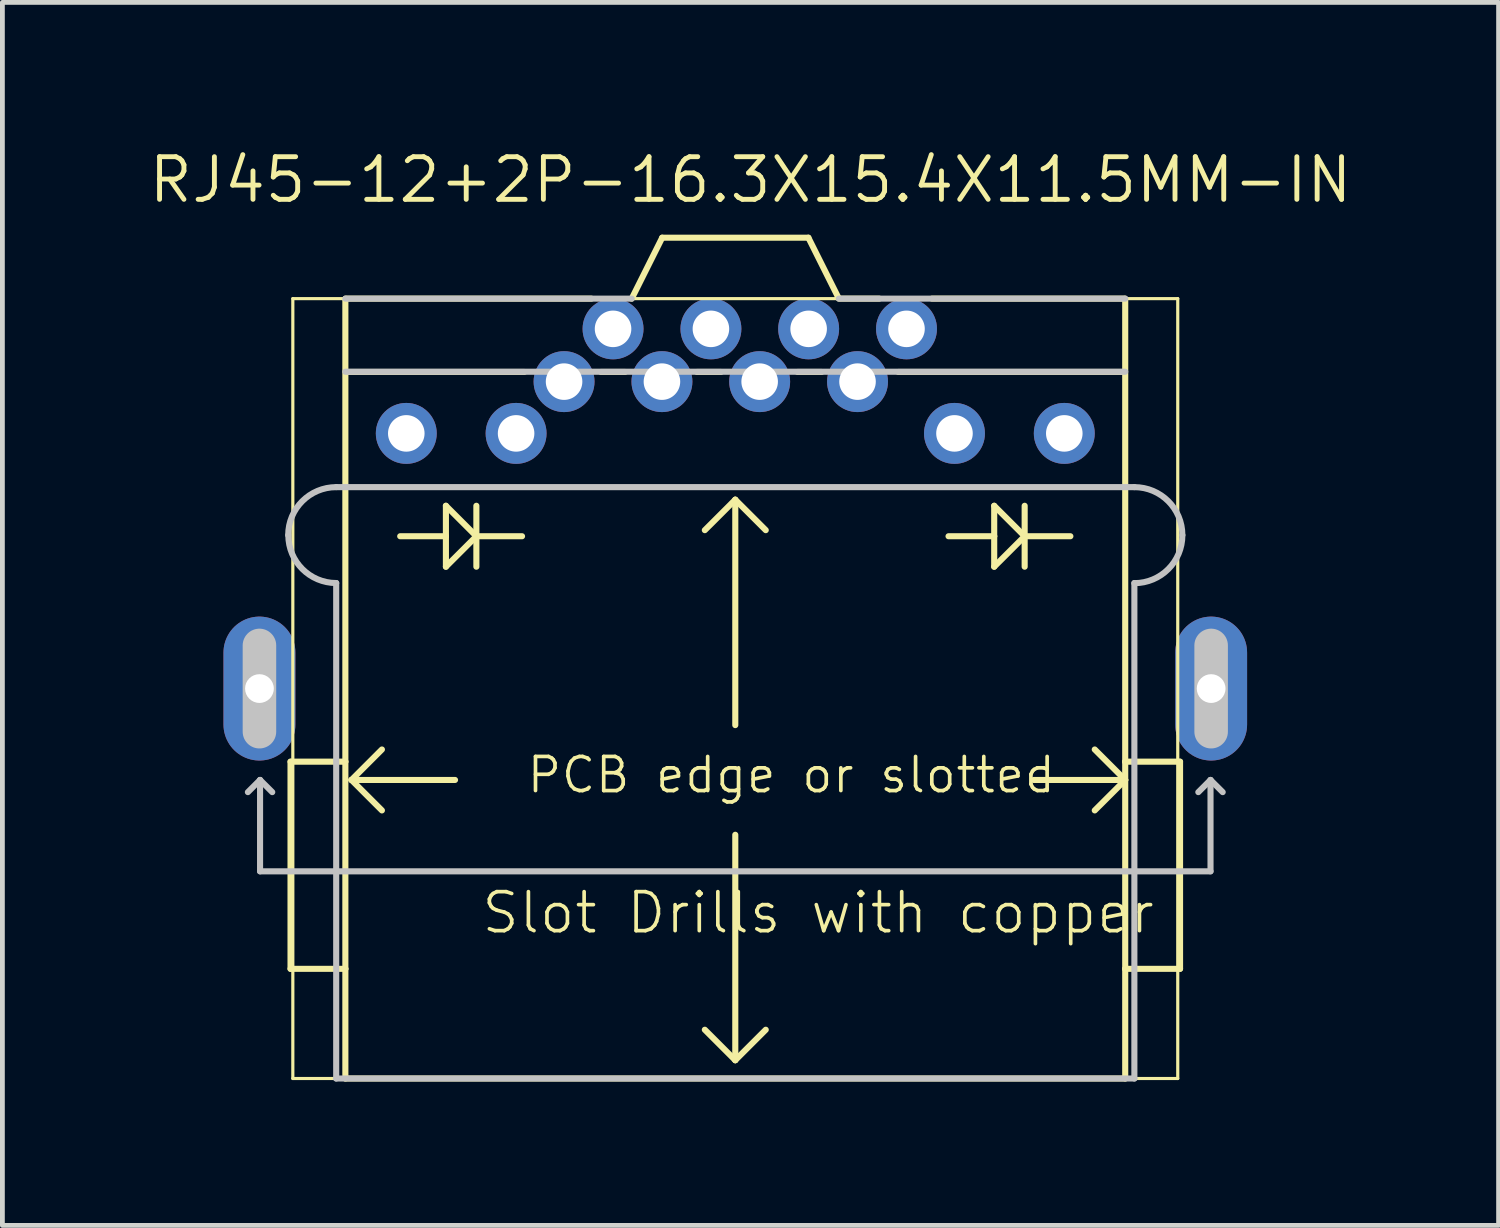
<source format=kicad_pcb>
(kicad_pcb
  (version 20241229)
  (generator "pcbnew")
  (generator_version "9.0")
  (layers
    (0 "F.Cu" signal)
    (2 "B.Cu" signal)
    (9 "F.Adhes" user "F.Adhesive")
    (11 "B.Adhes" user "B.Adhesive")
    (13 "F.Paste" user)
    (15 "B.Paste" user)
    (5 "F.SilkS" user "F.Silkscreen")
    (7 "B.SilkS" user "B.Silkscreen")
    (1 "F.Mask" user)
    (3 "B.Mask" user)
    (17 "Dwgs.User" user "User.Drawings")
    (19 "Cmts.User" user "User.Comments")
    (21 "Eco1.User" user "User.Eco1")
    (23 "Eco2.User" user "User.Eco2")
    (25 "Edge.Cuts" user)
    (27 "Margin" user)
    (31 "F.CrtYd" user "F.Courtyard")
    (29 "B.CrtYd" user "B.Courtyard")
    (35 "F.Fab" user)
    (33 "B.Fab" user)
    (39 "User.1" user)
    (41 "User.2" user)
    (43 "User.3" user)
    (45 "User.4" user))
  (footprint "RJ45-12+2P-16.3X15.4X11.5MM-IN"
    (layer "F.Cu")
    (at 12.277 11.303)
    (property "Reference" "RJ45-12+2P-16.3X15.4X11.5MM-IN" (at 0.318 -10.604 0) (layer "F.SilkS") (effects (font (size 0.889 0.889) (thickness 0.102))))
    (attr exclude_from_pos_files exclude_from_bom)
    (fp_line (start -9.319 -3.2) (end -9.319 -3.198) (stroke (width 0.025) (type solid)) (layer "F.SilkS"))
    (fp_line (start -9.271 1.524) (end -9.271 5.842) (stroke (width 0.127) (type solid)) (layer "F.SilkS"))
    (fp_line (start -9.271 5.842) (end -8.128 5.842) (stroke (width 0.127) (type solid)) (layer "F.SilkS"))
    (fp_line (start -9.223 -8.128) (end 9.223 -8.128) (stroke (width 0.066) (type solid)) (layer "F.SilkS"))
    (fp_line (start -9.223 8.128) (end -9.223 -8.128) (stroke (width 0.066) (type solid)) (layer "F.SilkS"))
    (fp_line (start -9.223 8.128) (end 9.223 8.128) (stroke (width 0.066) (type solid)) (layer "F.SilkS"))
    (fp_line (start -8.329 -2.2) (end -8.329 8.128) (stroke (width 0.025) (type solid)) (layer "F.SilkS"))
    (fp_line (start -8.324 8.128) (end 8.324 8.128) (stroke (width 0.025) (type solid)) (layer "F.SilkS"))
    (fp_line (start -8.128 1.524) (end -9.271 1.524) (stroke (width 0.127) (type solid)) (layer "F.SilkS"))
    (fp_line (start -8.128 1.524) (end -8.128 -8.128) (stroke (width 0.127) (type solid)) (layer "F.SilkS"))
    (fp_line (start -8.128 5.842) (end -8.128 1.524) (stroke (width 0.127) (type solid)) (layer "F.SilkS"))
    (fp_line (start -8.128 8.128) (end -8.128 5.842) (stroke (width 0.127) (type solid)) (layer "F.SilkS"))
    (fp_line (start -8.098 -6.599) (end -4.399 -6.599) (stroke (width 0.127) (type solid)) (layer "F.SilkS"))
    (fp_line (start -8.001 1.905) (end -7.366 1.27) (stroke (width 0.127) (type solid)) (layer "F.SilkS"))
    (fp_line (start -8.001 1.905) (end -7.366 2.54) (stroke (width 0.127) (type solid)) (layer "F.SilkS"))
    (fp_line (start -6.032 -3.81) (end -6.032 -3.175) (stroke (width 0.127) (type solid)) (layer "F.SilkS"))
    (fp_line (start -6.032 -3.81) (end -5.397 -3.175) (stroke (width 0.127) (type solid)) (layer "F.SilkS"))
    (fp_line (start -6.032 -3.175) (end -6.985 -3.175) (stroke (width 0.127) (type solid)) (layer "F.SilkS"))
    (fp_line (start -6.032 -3.175) (end -6.032 -2.54) (stroke (width 0.127) (type solid)) (layer "F.SilkS"))
    (fp_line (start -6.032 -2.54) (end -5.397 -3.175) (stroke (width 0.127) (type solid)) (layer "F.SilkS"))
    (fp_line (start -5.842 1.905) (end -8.001 1.905) (stroke (width 0.127) (type solid)) (layer "F.SilkS"))
    (fp_line (start -5.397 -3.81) (end -5.397 -3.175) (stroke (width 0.127) (type solid)) (layer "F.SilkS"))
    (fp_line (start -5.397 -3.175) (end -5.397 -2.54) (stroke (width 0.127) (type solid)) (layer "F.SilkS"))
    (fp_line (start -5.397 -3.175) (end -4.445 -3.175) (stroke (width 0.127) (type solid)) (layer "F.SilkS"))
    (fp_line (start -3 -8.128) (end -8.098 -8.128) (stroke (width 0.127) (type solid)) (layer "F.SilkS"))
    (fp_line (start -2.799 -6.599) (end -2.299 -6.599) (stroke (width 0.127) (type solid)) (layer "F.SilkS"))
    (fp_line (start -2.159 -8.128) (end -1.524 -9.398) (stroke (width 0.127) (type solid)) (layer "F.SilkS"))
    (fp_line (start -1.524 -9.398) (end 1.524 -9.398) (stroke (width 0.127) (type solid)) (layer "F.SilkS"))
    (fp_line (start -0.798 -6.599) (end -0.3 -6.599) (stroke (width 0.127) (type solid)) (layer "F.SilkS"))
    (fp_line (start 0 -3.937) (end -0.635 -3.302) (stroke (width 0.127) (type solid)) (layer "F.SilkS"))
    (fp_line (start 0 -3.937) (end 0.635 -3.302) (stroke (width 0.127) (type solid)) (layer "F.SilkS"))
    (fp_line (start 0 0.762) (end 0 -3.937) (stroke (width 0.127) (type solid)) (layer "F.SilkS"))
    (fp_line (start 0 3.048) (end 0 7.747) (stroke (width 0.127) (type solid)) (layer "F.SilkS"))
    (fp_line (start 0 7.747) (end -0.635 7.112) (stroke (width 0.127) (type solid)) (layer "F.SilkS"))
    (fp_line (start 0 7.747) (end 0.635 7.112) (stroke (width 0.127) (type solid)) (layer "F.SilkS"))
    (fp_line (start 1.298 -6.599) (end 1.798 -6.599) (stroke (width 0.127) (type solid)) (layer "F.SilkS"))
    (fp_line (start 1.524 -9.398) (end 2.159 -8.128) (stroke (width 0.127) (type solid)) (layer "F.SilkS"))
    (fp_line (start 2.2 -8.128) (end 3 -8.128) (stroke (width 0.127) (type solid)) (layer "F.SilkS"))
    (fp_line (start 3.399 -6.599) (end 8.098 -6.599) (stroke (width 0.127) (type solid)) (layer "F.SilkS"))
    (fp_line (start 4.1 -8.128) (end 8.098 -8.128) (stroke (width 0.127) (type solid)) (layer "F.SilkS"))
    (fp_line (start 5.397 -3.81) (end 5.397 -3.175) (stroke (width 0.127) (type solid)) (layer "F.SilkS"))
    (fp_line (start 5.397 -3.81) (end 6.032 -3.175) (stroke (width 0.127) (type solid)) (layer "F.SilkS"))
    (fp_line (start 5.397 -3.175) (end 4.445 -3.175) (stroke (width 0.127) (type solid)) (layer "F.SilkS"))
    (fp_line (start 5.397 -3.175) (end 5.397 -2.54) (stroke (width 0.127) (type solid)) (layer "F.SilkS"))
    (fp_line (start 5.397 -2.54) (end 6.032 -3.175) (stroke (width 0.127) (type solid)) (layer "F.SilkS"))
    (fp_line (start 6.032 -3.81) (end 6.032 -3.175) (stroke (width 0.127) (type solid)) (layer "F.SilkS"))
    (fp_line (start 6.032 -3.175) (end 6.032 -2.54) (stroke (width 0.127) (type solid)) (layer "F.SilkS"))
    (fp_line (start 6.032 -3.175) (end 6.985 -3.175) (stroke (width 0.127) (type solid)) (layer "F.SilkS"))
    (fp_line (start 6.223 1.905) (end 8.128 1.905) (stroke (width 0.127) (type solid)) (layer "F.SilkS"))
    (fp_line (start 8.128 -8.128) (end 8.128 1.524) (stroke (width 0.127) (type solid)) (layer "F.SilkS"))
    (fp_line (start 8.128 1.524) (end 8.128 5.842) (stroke (width 0.127) (type solid)) (layer "F.SilkS"))
    (fp_line (start 8.128 1.524) (end 9.271 1.524) (stroke (width 0.127) (type solid)) (layer "F.SilkS"))
    (fp_line (start 8.128 1.905) (end 7.493 1.27) (stroke (width 0.127) (type solid)) (layer "F.SilkS"))
    (fp_line (start 8.128 1.905) (end 7.493 2.54) (stroke (width 0.127) (type solid)) (layer "F.SilkS"))
    (fp_line (start 8.128 5.842) (end 8.128 8.128) (stroke (width 0.127) (type solid)) (layer "F.SilkS"))
    (fp_line (start 8.128 8.128) (end -8.128 8.128) (stroke (width 0.127) (type solid)) (layer "F.SilkS"))
    (fp_line (start 8.319 -4.199) (end -8.321 -4.199) (stroke (width 0.025) (type solid)) (layer "F.SilkS"))
    (fp_line (start 8.329 8.128) (end 8.329 -2.174) (stroke (width 0.025) (type solid)) (layer "F.SilkS"))
    (fp_line (start 9.223 8.128) (end 9.223 -8.128) (stroke (width 0.066) (type solid)) (layer "F.SilkS"))
    (fp_line (start 9.271 1.524) (end 9.271 5.842) (stroke (width 0.127) (type solid)) (layer "F.SilkS"))
    (fp_line (start 9.271 5.842) (end 8.128 5.842) (stroke (width 0.127) (type solid)) (layer "F.SilkS"))
    (fp_line (start 9.319 -3.198) (end 9.319 -3.2) (stroke (width 0.025) (type solid)) (layer "F.SilkS"))
    (fp_arc (start -9.31926 -3.2004) (mid -9.026888 -3.906248) (end -8.32104 -4.19862) (stroke (width 0.0254) (type solid)) (layer "F.SilkS"))
    (fp_arc (start -8.32866 -2.19964) (mid -9.029428 -2.494116) (end -9.31672 -3.19786) (stroke (width 0.0254) (type solid)) (layer "F.SilkS"))
    (fp_arc (start 8.3185 -4.19862) (mid 9.024348 -3.906248) (end 9.31672 -3.2004) (stroke (width 0.0254) (type solid)) (layer "F.SilkS"))
    (fp_arc (start 9.31926 -3.19786) (mid 9.034689 -2.480364) (end 8.32612 -2.17424) (stroke (width 0.0254) (type solid)) (layer "F.SilkS"))
    (fp_line (start -10.16 2.159) (end -9.906 1.905) (stroke (width 0.127) (type solid)) (layer "Dwgs.User"))
    (fp_line (start -9.919 -0.899) (end -9.919 0.899) (stroke (width 0.699) (type solid)) (layer "Dwgs.User"))
    (fp_line (start -9.906 1.905) (end -9.906 3.81) (stroke (width 0.127) (type solid)) (layer "Dwgs.User"))
    (fp_line (start -9.906 1.905) (end -9.652 2.159) (stroke (width 0.127) (type solid)) (layer "Dwgs.User"))
    (fp_line (start -9.906 3.81) (end 9.906 3.81) (stroke (width 0.127) (type solid)) (layer "Dwgs.User"))
    (fp_line (start -8.319 -4.199) (end 8.319 -4.199) (stroke (width 0.127) (type solid)) (layer "Dwgs.User"))
    (fp_line (start -8.319 8.128) (end -8.319 -2.2) (stroke (width 0.127) (type solid)) (layer "Dwgs.User"))
    (fp_line (start -8.128 -8.128) (end -2.159 -8.128) (stroke (width 0.127) (type solid)) (layer "Dwgs.User"))
    (fp_line (start -8.128 -6.604) (end 8.128 -6.604) (stroke (width 0.127) (type solid)) (layer "Dwgs.User"))
    (fp_line (start 2.159 -8.128) (end 8.128 -8.128) (stroke (width 0.127) (type solid)) (layer "Dwgs.User"))
    (fp_line (start 8.319 -2.2) (end 8.319 8.128) (stroke (width 0.127) (type solid)) (layer "Dwgs.User"))
    (fp_line (start 8.319 8.128) (end -8.319 8.128) (stroke (width 0.127) (type solid)) (layer "Dwgs.User"))
    (fp_line (start 9.652 2.159) (end 9.906 1.905) (stroke (width 0.127) (type solid)) (layer "Dwgs.User"))
    (fp_line (start 9.906 1.905) (end 10.16 2.159) (stroke (width 0.127) (type solid)) (layer "Dwgs.User"))
    (fp_line (start 9.906 3.81) (end 9.906 1.905) (stroke (width 0.127) (type solid)) (layer "Dwgs.User"))
    (fp_line (start 9.919 -0.899) (end 9.919 0.899) (stroke (width 0.699) (type solid)) (layer "Dwgs.User"))
    (fp_arc (start -9.31926 -3.19786) (mid -9.026144 -3.905504) (end -8.3185 -4.19862) (stroke (width 0.127) (type solid)) (layer "Dwgs.User"))
    (fp_arc (start -8.3185 -2.19964) (mid -9.024348 -2.492012) (end -9.31672 -3.19786) (stroke (width 0.127) (type solid)) (layer "Dwgs.User"))
    (fp_arc (start 8.3185 -4.19862) (mid 9.026144 -3.905504) (end 9.31926 -3.19786) (stroke (width 0.127) (type solid)) (layer "Dwgs.User"))
    (fp_arc (start 9.31926 -3.19786) (mid 9.026144 -2.490216) (end 8.3185 -2.1971) (stroke (width 0.127) (type solid)) (layer "Dwgs.User"))
    (fp_text user "Slot Drills with copper" (at 1.727 4.674 0) (layer "F.SilkS") (effects (font (size 0.813 0.813) (thickness 0.076))))
    (fp_text user "PCB edge or slotted" (at 1.168 1.801 0) (layer "F.SilkS") (effects (font (size 0.711 0.711) (thickness 0.076))))
    (pad "1" thru_hole circle (at 3.569 -7.498) (size 1.27 1.27) (drill 0.762) (layers "*.Cu" "*.Paste" "*.Mask"))
    (pad "2" thru_hole circle (at 2.548 -6.398) (size 1.27 1.27) (drill 0.762) (layers "*.Cu" "*.Paste" "*.Mask"))
    (pad "3" thru_hole circle (at 1.529 -7.498) (size 1.27 1.27) (drill 0.762) (layers "*.Cu" "*.Paste" "*.Mask"))
    (pad "4" thru_hole circle (at 0.508 -6.398) (size 1.27 1.27) (drill 0.762) (layers "*.Cu" "*.Paste" "*.Mask"))
    (pad "5" thru_hole circle (at -0.508 -7.498) (size 1.27 1.27) (drill 0.762) (layers "*.Cu" "*.Paste" "*.Mask"))
    (pad "6" thru_hole circle (at -1.529 -6.398) (size 1.27 1.27) (drill 0.762) (layers "*.Cu" "*.Paste" "*.Mask"))
    (pad "7" thru_hole circle (at -2.548 -7.498) (size 1.27 1.27) (drill 0.762) (layers "*.Cu" "*.Paste" "*.Mask"))
    (pad "8" thru_hole circle (at -3.569 -6.398) (size 1.27 1.27) (drill 0.762) (layers "*.Cu" "*.Paste" "*.Mask"))
    (pad "9" thru_hole circle (at 6.858 -5.319) (size 1.27 1.27) (drill 0.762) (layers "*.Cu" "*.Paste" "*.Mask"))
    (pad "10" thru_hole circle (at 4.569 -5.319) (size 1.27 1.27) (drill 0.762) (layers "*.Cu" "*.Paste" "*.Mask"))
    (pad "11" thru_hole circle (at -4.569 -5.319) (size 1.27 1.27) (drill 0.762) (layers "*.Cu" "*.Paste" "*.Mask"))
    (pad "12" thru_hole circle (at -6.858 -5.319) (size 1.27 1.27) (drill 0.762) (layers "*.Cu" "*.Paste" "*.Mask"))
    (pad "13" thru_hole oval (at -9.919 0 180) (size 1.499 3) (drill 0.599) (layers "*.Cu" "*.Paste" "*.Mask"))
    (pad "14" thru_hole oval (at 9.919 0 180) (size 1.499 3) (drill 0.599) (layers "*.Cu" "*.Paste" "*.Mask")))
  (gr_rect
    (start -3 -3)
    (end 28.188 22.494)
    (stroke (width 0.1) (type default))
    (fill no)
    (layer "Edge.Cuts")))
</source>
